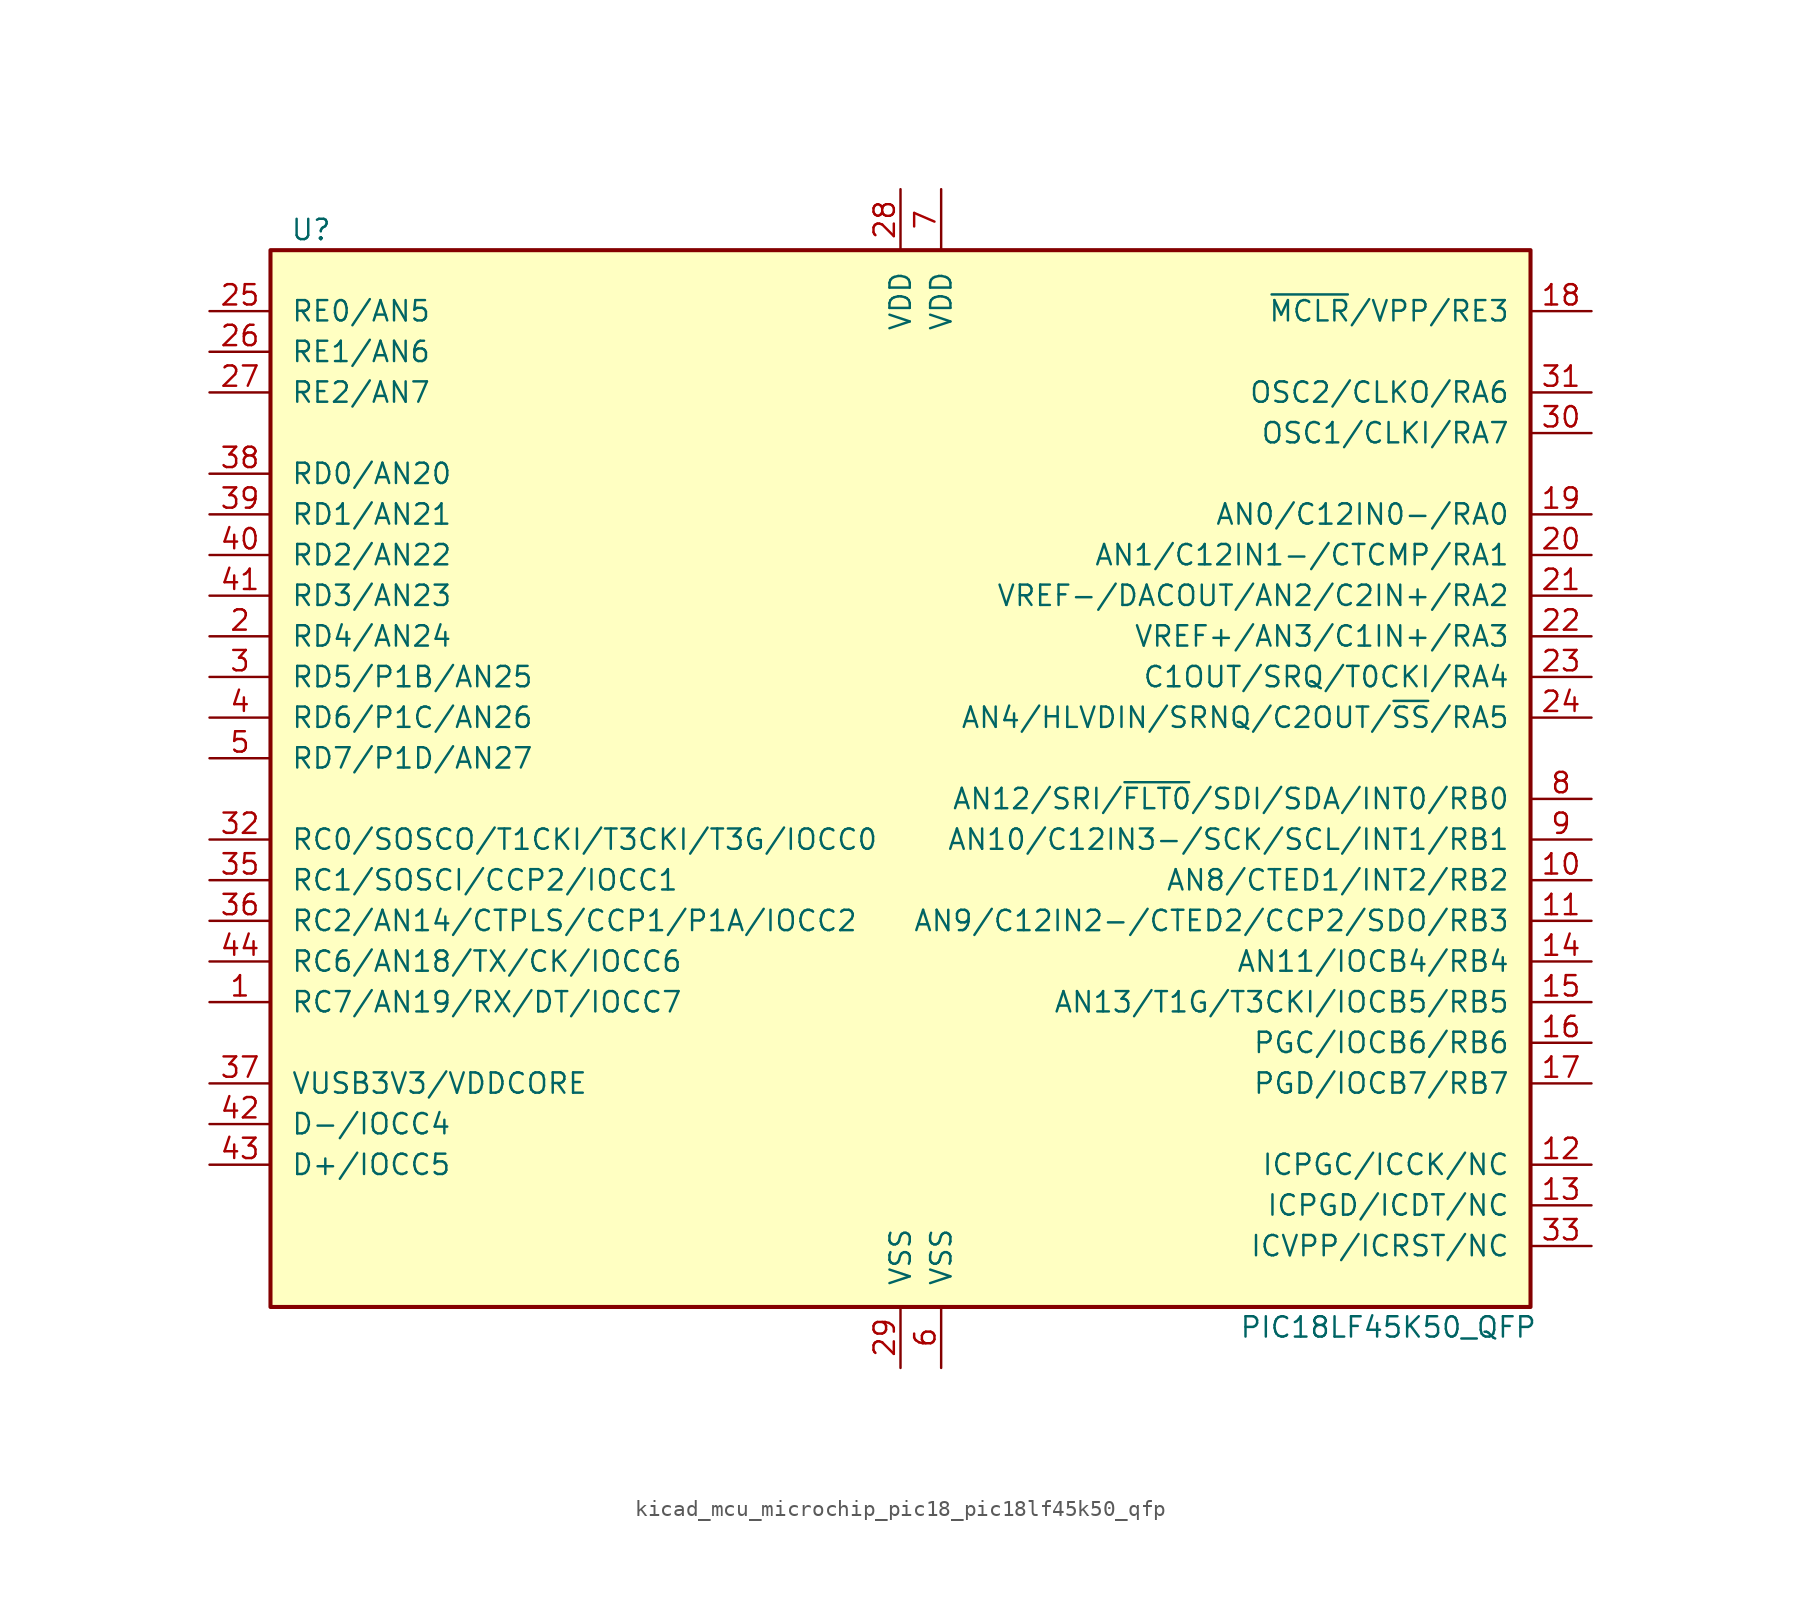
<source format=kicad_sym>
(kicad_symbol_lib
  (version 20220914)
  (generator kicad_symbol_editor)
  (symbol "kicad_mcu_microchip_pic18_pic18lf45k50_qfp"
    (pin_names
      (offset 1.27))
    (property "Reference" "U"
      (at -36.83 33.02 0)
      (effects (font (size 1.27 1.27))))
    (property "Value" "PIC18LF45K50_QFP"
      (at 30.48 -35.56 0)
      (effects (font (size 1.27 1.27))))
    (symbol "kicad_mcu_microchip_pic18_pic18lf45k50_qfp_0_1"
      (rectangle (start -39.37 31.75) (end 39.37 -34.29) (stroke (width 0.254) (type default)) (fill (type background))))
    (symbol "kicad_mcu_microchip_pic18_pic18lf45k50_qfp_1_1"
      (pin bidirectional line (at -43.18 -15.24 0) (length 3.81) (name "RC7/AN19/RX/DT/IOCC7" (effects (font (size 1.27 1.27)))) (number "1" (effects (font (size 1.27 1.27)))))
      (pin bidirectional line (at 43.18 -7.62 180) (length 3.81) (name "AN8/CTED1/INT2/RB2" (effects (font (size 1.27 1.27)))) (number "10" (effects (font (size 1.27 1.27)))))
      (pin bidirectional line (at 43.18 -10.16 180) (length 3.81) (name "AN9/C12IN2-/CTED2/CCP2/SDO/RB3" (effects (font (size 1.27 1.27)))) (number "11" (effects (font (size 1.27 1.27)))))
      (pin bidirectional line (at 43.18 -25.4 180) (length 3.81) (name "ICPGC/ICCK/NC" (effects (font (size 1.27 1.27)))) (number "12" (effects (font (size 1.27 1.27)))))
      (pin bidirectional line (at 43.18 -27.94 180) (length 3.81) (name "ICPGD/ICDT/NC" (effects (font (size 1.27 1.27)))) (number "13" (effects (font (size 1.27 1.27)))))
      (pin bidirectional line (at 43.18 -12.7 180) (length 3.81) (name "AN11/IOCB4/RB4" (effects (font (size 1.27 1.27)))) (number "14" (effects (font (size 1.27 1.27)))))
      (pin bidirectional line (at 43.18 -15.24 180) (length 3.81) (name "AN13/T1G/T3CKI/IOCB5/RB5" (effects (font (size 1.27 1.27)))) (number "15" (effects (font (size 1.27 1.27)))))
      (pin bidirectional line (at 43.18 -17.78 180) (length 3.81) (name "PGC/IOCB6/RB6" (effects (font (size 1.27 1.27)))) (number "16" (effects (font (size 1.27 1.27)))))
      (pin bidirectional line (at 43.18 -20.32 180) (length 3.81) (name "PGD/IOCB7/RB7" (effects (font (size 1.27 1.27)))) (number "17" (effects (font (size 1.27 1.27)))))
      (pin input line (at 43.18 27.94 180) (length 3.81) (name "~{MCLR}/VPP/RE3" (effects (font (size 1.27 1.27)))) (number "18" (effects (font (size 1.27 1.27)))))
      (pin bidirectional line (at 43.18 15.24 180) (length 3.81) (name "AN0/C12IN0-/RA0" (effects (font (size 1.27 1.27)))) (number "19" (effects (font (size 1.27 1.27)))))
      (pin bidirectional line (at -43.18 7.62 0) (length 3.81) (name "RD4/AN24" (effects (font (size 1.27 1.27)))) (number "2" (effects (font (size 1.27 1.27)))))
      (pin bidirectional line (at 43.18 12.7 180) (length 3.81) (name "AN1/C12IN1-/CTCMP/RA1" (effects (font (size 1.27 1.27)))) (number "20" (effects (font (size 1.27 1.27)))))
      (pin bidirectional line (at 43.18 10.16 180) (length 3.81) (name "VREF-/DACOUT/AN2/C2IN+/RA2" (effects (font (size 1.27 1.27)))) (number "21" (effects (font (size 1.27 1.27)))))
      (pin bidirectional line (at 43.18 7.62 180) (length 3.81) (name "VREF+/AN3/C1IN+/RA3" (effects (font (size 1.27 1.27)))) (number "22" (effects (font (size 1.27 1.27)))))
      (pin bidirectional line (at 43.18 5.08 180) (length 3.81) (name "C1OUT/SRQ/T0CKI/RA4" (effects (font (size 1.27 1.27)))) (number "23" (effects (font (size 1.27 1.27)))))
      (pin bidirectional line (at 43.18 2.54 180) (length 3.81) (name "AN4/HLVDIN/SRNQ/C2OUT/~{SS}/RA5" (effects (font (size 1.27 1.27)))) (number "24" (effects (font (size 1.27 1.27)))))
      (pin bidirectional line (at -43.18 27.94 0) (length 3.81) (name "RE0/AN5" (effects (font (size 1.27 1.27)))) (number "25" (effects (font (size 1.27 1.27)))))
      (pin bidirectional line (at -43.18 25.4 0) (length 3.81) (name "RE1/AN6" (effects (font (size 1.27 1.27)))) (number "26" (effects (font (size 1.27 1.27)))))
      (pin bidirectional line (at -43.18 22.86 0) (length 3.81) (name "RE2/AN7" (effects (font (size 1.27 1.27)))) (number "27" (effects (font (size 1.27 1.27)))))
      (pin power_in line (at 0 35.56 270) (length 3.81) (name "VDD" (effects (font (size 1.27 1.27)))) (number "28" (effects (font (size 1.27 1.27)))))
      (pin power_in line (at 0 -38.1 90) (length 3.81) (name "VSS" (effects (font (size 1.27 1.27)))) (number "29" (effects (font (size 1.27 1.27)))))
      (pin bidirectional line (at -43.18 5.08 0) (length 3.81) (name "RD5/P1B/AN25" (effects (font (size 1.27 1.27)))) (number "3" (effects (font (size 1.27 1.27)))))
      (pin bidirectional line (at 43.18 20.32 180) (length 3.81) (name "OSC1/CLKI/RA7" (effects (font (size 1.27 1.27)))) (number "30" (effects (font (size 1.27 1.27)))))
      (pin bidirectional line (at 43.18 22.86 180) (length 3.81) (name "OSC2/CLKO/RA6" (effects (font (size 1.27 1.27)))) (number "31" (effects (font (size 1.27 1.27)))))
      (pin bidirectional line (at -43.18 -5.08 0) (length 3.81) (name "RC0/SOSCO/T1CKI/T3CKI/T3G/IOCC0" (effects (font (size 1.27 1.27)))) (number "32" (effects (font (size 1.27 1.27)))))
      (pin bidirectional line (at 43.18 -30.48 180) (length 3.81) (name "ICVPP/ICRST/NC" (effects (font (size 1.27 1.27)))) (number "33" (effects (font (size 1.27 1.27)))))
      (pin no_connect line (at -17.78 -34.29 90) (length 3.81) hide (name "NC" (effects (font (size 1.27 1.27)))) (number "34" (effects (font (size 1.27 1.27)))))
      (pin bidirectional line (at -43.18 -7.62 0) (length 3.81) (name "RC1/SOSCI/CCP2/IOCC1" (effects (font (size 1.27 1.27)))) (number "35" (effects (font (size 1.27 1.27)))))
      (pin bidirectional line (at -43.18 -10.16 0) (length 3.81) (name "RC2/AN14/CTPLS/CCP1/P1A/IOCC2" (effects (font (size 1.27 1.27)))) (number "36" (effects (font (size 1.27 1.27)))))
      (pin power_in line (at -43.18 -20.32 0) (length 3.81) (name "VUSB3V3/VDDCORE" (effects (font (size 1.27 1.27)))) (number "37" (effects (font (size 1.27 1.27)))))
      (pin bidirectional line (at -43.18 17.78 0) (length 3.81) (name "RD0/AN20" (effects (font (size 1.27 1.27)))) (number "38" (effects (font (size 1.27 1.27)))))
      (pin bidirectional line (at -43.18 15.24 0) (length 3.81) (name "RD1/AN21" (effects (font (size 1.27 1.27)))) (number "39" (effects (font (size 1.27 1.27)))))
      (pin bidirectional line (at -43.18 2.54 0) (length 3.81) (name "RD6/P1C/AN26" (effects (font (size 1.27 1.27)))) (number "4" (effects (font (size 1.27 1.27)))))
      (pin bidirectional line (at -43.18 12.7 0) (length 3.81) (name "RD2/AN22" (effects (font (size 1.27 1.27)))) (number "40" (effects (font (size 1.27 1.27)))))
      (pin bidirectional line (at -43.18 10.16 0) (length 3.81) (name "RD3/AN23" (effects (font (size 1.27 1.27)))) (number "41" (effects (font (size 1.27 1.27)))))
      (pin bidirectional line (at -43.18 -22.86 0) (length 3.81) (name "D-/IOCC4" (effects (font (size 1.27 1.27)))) (number "42" (effects (font (size 1.27 1.27)))))
      (pin bidirectional line (at -43.18 -25.4 0) (length 3.81) (name "D+/IOCC5" (effects (font (size 1.27 1.27)))) (number "43" (effects (font (size 1.27 1.27)))))
      (pin bidirectional line (at -43.18 -12.7 0) (length 3.81) (name "RC6/AN18/TX/CK/IOCC6" (effects (font (size 1.27 1.27)))) (number "44" (effects (font (size 1.27 1.27)))))
      (pin bidirectional line (at -43.18 0 0) (length 3.81) (name "RD7/P1D/AN27" (effects (font (size 1.27 1.27)))) (number "5" (effects (font (size 1.27 1.27)))))
      (pin power_in line (at 2.54 -38.1 90) (length 3.81) (name "VSS" (effects (font (size 1.27 1.27)))) (number "6" (effects (font (size 1.27 1.27)))))
      (pin power_in line (at 2.54 35.56 270) (length 3.81) (name "VDD" (effects (font (size 1.27 1.27)))) (number "7" (effects (font (size 1.27 1.27)))))
      (pin bidirectional line (at 43.18 -2.54 180) (length 3.81) (name "AN12/SRI/~{FLT0}/SDI/SDA/INT0/RB0" (effects (font (size 1.27 1.27)))) (number "8" (effects (font (size 1.27 1.27)))))
      (pin bidirectional line (at 43.18 -5.08 180) (length 3.81) (name "AN10/C12IN3-/SCK/SCL/INT1/RB1" (effects (font (size 1.27 1.27)))) (number "9" (effects (font (size 1.27 1.27))))))))
</source>
